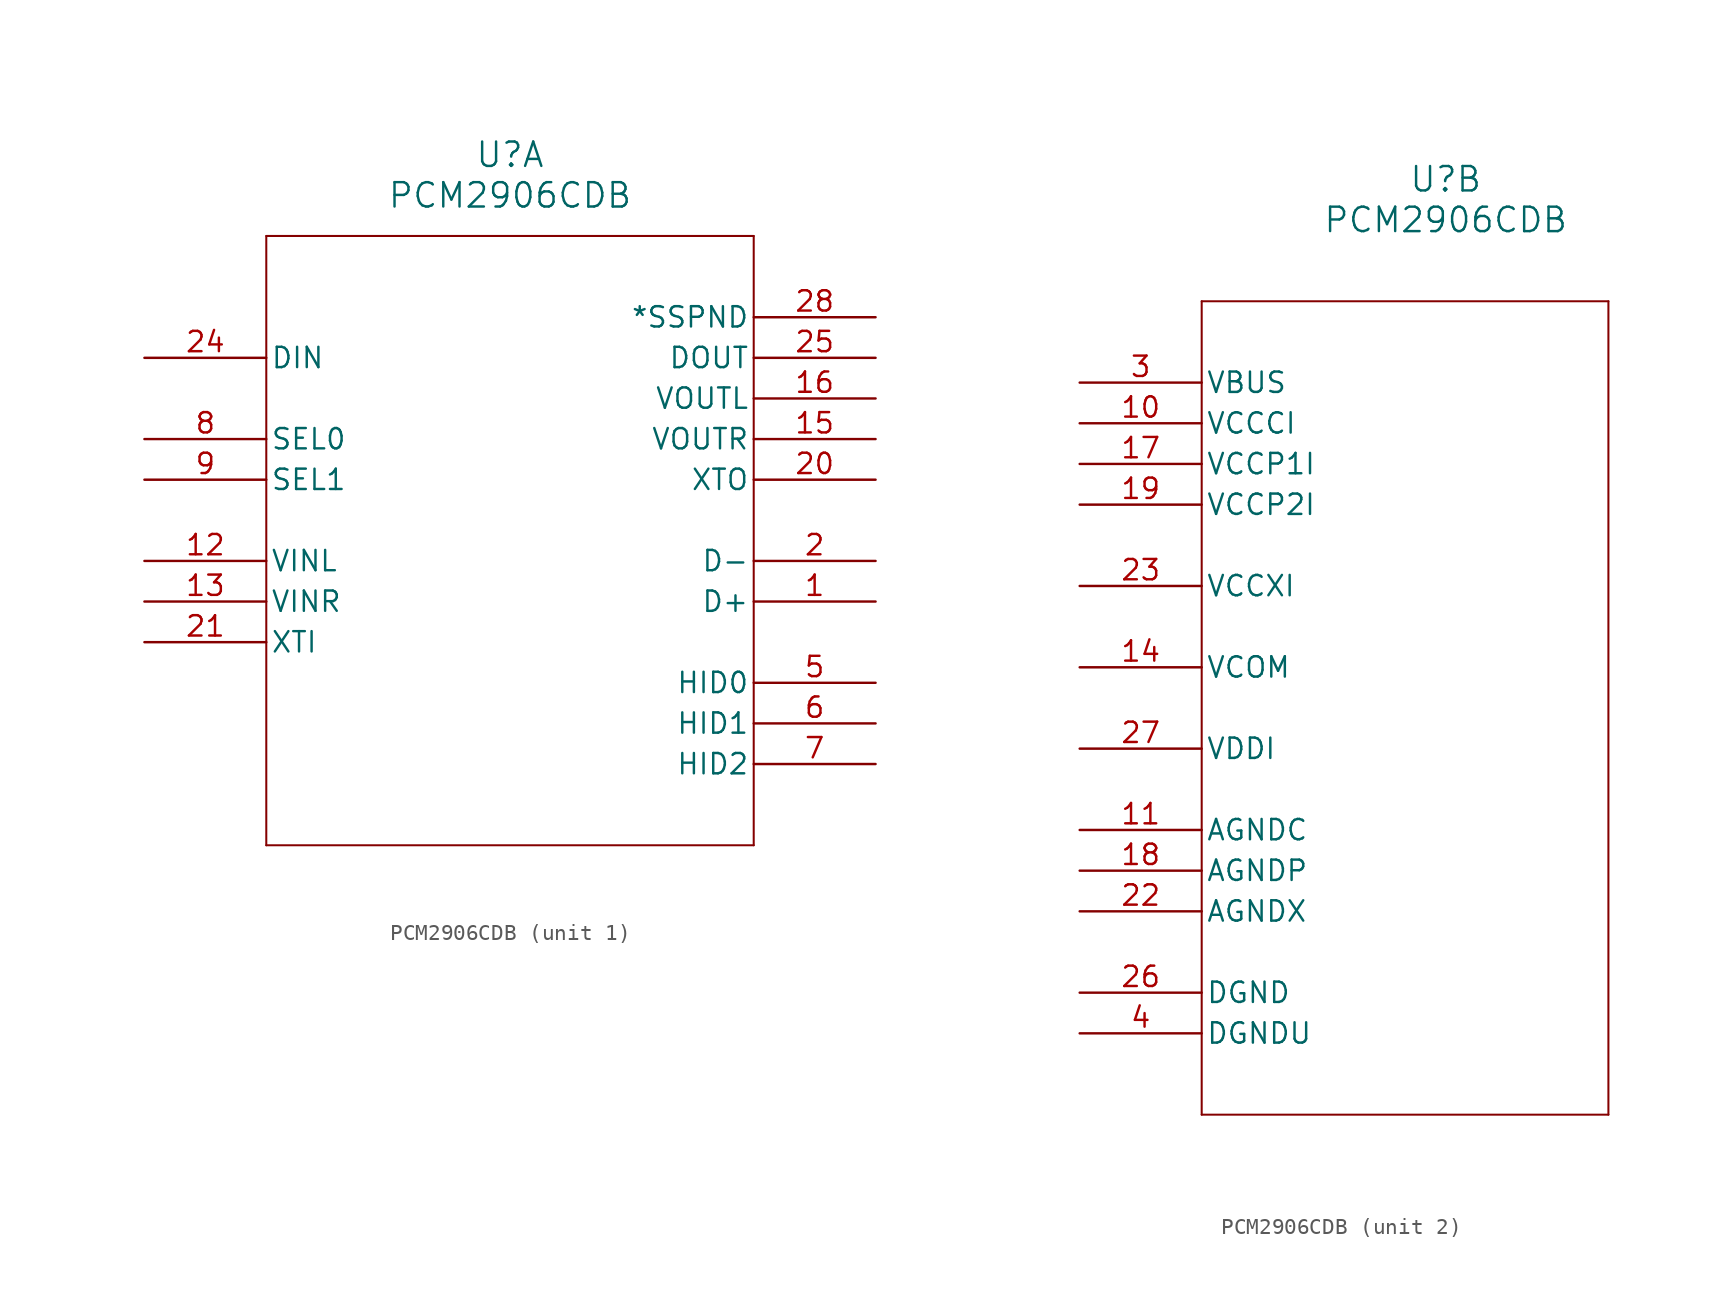
<source format=kicad_sym>
(kicad_symbol_lib
  (version 20211014)
  (generator kicad_symbol_editor)
  (symbol "PCM2906CDB"
    (pin_names
      (offset 0.254))
    (property "Reference" "U"
      (at 22.86 12.7 0)
      (effects (font (size 1.524 1.524))))
    (property "Value" "PCM2906CDB"
      (at 22.86 10.16 0)
      (effects (font (size 1.524 1.524))))
    (symbol "PCM2906CDB_1_1"
      (polyline (pts (xy 7.62 7.62) (xy 7.62 -30.48)) (stroke (width 0.127) (type default) (color 0 0 0 0)) (fill (type none)))
      (polyline (pts (xy 7.62 -30.48) (xy 38.1 -30.48)) (stroke (width 0.127) (type default) (color 0 0 0 0)) (fill (type none)))
      (polyline (pts (xy 38.1 -30.48) (xy 38.1 7.62)) (stroke (width 0.127) (type default) (color 0 0 0 0)) (fill (type none)))
      (polyline (pts (xy 38.1 7.62) (xy 7.62 7.62)) (stroke (width 0.127) (type default) (color 0 0 0 0)) (fill (type none)))
      (pin bidirectional line (at 45.72 -15.24 180) (length 7.62) (name "D+" (effects (font (size 1.27 1.27)))) (number "1" (effects (font (size 1.27 1.27)))))
      (pin bidirectional line (at 45.72 -12.7 180) (length 7.62) (name "D-" (effects (font (size 1.27 1.27)))) (number "2" (effects (font (size 1.27 1.27)))))
      (pin input line (at 45.72 -20.32 180) (length 7.62) (name "HID0" (effects (font (size 1.27 1.27)))) (number "5" (effects (font (size 1.27 1.27)))))
      (pin input line (at 45.72 -22.86 180) (length 7.62) (name "HID1" (effects (font (size 1.27 1.27)))) (number "6" (effects (font (size 1.27 1.27)))))
      (pin input line (at 45.72 -25.4 180) (length 7.62) (name "HID2" (effects (font (size 1.27 1.27)))) (number "7" (effects (font (size 1.27 1.27)))))
      (pin input line (at 0 -5.08 0) (length 7.62) (name "SEL0" (effects (font (size 1.27 1.27)))) (number "8" (effects (font (size 1.27 1.27)))))
      (pin input line (at 0 -7.62 0) (length 7.62) (name "SEL1" (effects (font (size 1.27 1.27)))) (number "9" (effects (font (size 1.27 1.27)))))
      (pin input line (at 0 -12.7 0) (length 7.62) (name "VINL" (effects (font (size 1.27 1.27)))) (number "12" (effects (font (size 1.27 1.27)))))
      (pin input line (at 0 -15.24 0) (length 7.62) (name "VINR" (effects (font (size 1.27 1.27)))) (number "13" (effects (font (size 1.27 1.27)))))
      (pin output line (at 45.72 -5.08 180) (length 7.62) (name "VOUTR" (effects (font (size 1.27 1.27)))) (number "15" (effects (font (size 1.27 1.27)))))
      (pin output line (at 45.72 -2.54 180) (length 7.62) (name "VOUTL" (effects (font (size 1.27 1.27)))) (number "16" (effects (font (size 1.27 1.27)))))
      (pin output line (at 45.72 -7.62 180) (length 7.62) (name "XTO" (effects (font (size 1.27 1.27)))) (number "20" (effects (font (size 1.27 1.27)))))
      (pin input line (at 0 -17.78 0) (length 7.62) (name "XTI" (effects (font (size 1.27 1.27)))) (number "21" (effects (font (size 1.27 1.27)))))
      (pin input line (at 0 0 0) (length 7.62) (name "DIN" (effects (font (size 1.27 1.27)))) (number "24" (effects (font (size 1.27 1.27)))))
      (pin output line (at 45.72 0 180) (length 7.62) (name "DOUT" (effects (font (size 1.27 1.27)))) (number "25" (effects (font (size 1.27 1.27)))))
      (pin output line (at 45.72 2.54 180) (length 7.62) (name "*SSPND" (effects (font (size 1.27 1.27)))) (number "28" (effects (font (size 1.27 1.27))))))
    (symbol "PCM2906CDB_2_1"
      (polyline (pts (xy 7.62 5.08) (xy 7.62 -45.72)) (stroke (width 0.127) (type default) (color 0 0 0 0)) (fill (type none)))
      (polyline (pts (xy 7.62 -45.72) (xy 33.02 -45.72)) (stroke (width 0.127) (type default) (color 0 0 0 0)) (fill (type none)))
      (polyline (pts (xy 33.02 -45.72) (xy 33.02 5.08)) (stroke (width 0.127) (type default) (color 0 0 0 0)) (fill (type none)))
      (polyline (pts (xy 33.02 5.08) (xy 7.62 5.08)) (stroke (width 0.127) (type default) (color 0 0 0 0)) (fill (type none)))
      (pin power_in line (at 0 0 0) (length 7.62) (name "VBUS" (effects (font (size 1.27 1.27)))) (number "3" (effects (font (size 1.27 1.27)))))
      (pin power_in line (at 0 -40.64 0) (length 7.62) (name "DGNDU" (effects (font (size 1.27 1.27)))) (number "4" (effects (font (size 1.27 1.27)))))
      (pin power_in line (at 0 -2.54 0) (length 7.62) (name "VCCCI" (effects (font (size 1.27 1.27)))) (number "10" (effects (font (size 1.27 1.27)))))
      (pin power_in line (at 0 -27.94 0) (length 7.62) (name "AGNDC" (effects (font (size 1.27 1.27)))) (number "11" (effects (font (size 1.27 1.27)))))
      (pin power_in line (at 0 -17.78 0) (length 7.62) (name "VCOM" (effects (font (size 1.27 1.27)))) (number "14" (effects (font (size 1.27 1.27)))))
      (pin power_in line (at 0 -5.08 0) (length 7.62) (name "VCCP1I" (effects (font (size 1.27 1.27)))) (number "17" (effects (font (size 1.27 1.27)))))
      (pin power_in line (at 0 -30.48 0) (length 7.62) (name "AGNDP" (effects (font (size 1.27 1.27)))) (number "18" (effects (font (size 1.27 1.27)))))
      (pin power_in line (at 0 -7.62 0) (length 7.62) (name "VCCP2I" (effects (font (size 1.27 1.27)))) (number "19" (effects (font (size 1.27 1.27)))))
      (pin power_in line (at 0 -33.02 0) (length 7.62) (name "AGNDX" (effects (font (size 1.27 1.27)))) (number "22" (effects (font (size 1.27 1.27)))))
      (pin power_in line (at 0 -12.7 0) (length 7.62) (name "VCCXI" (effects (font (size 1.27 1.27)))) (number "23" (effects (font (size 1.27 1.27)))))
      (pin power_in line (at 0 -38.1 0) (length 7.62) (name "DGND" (effects (font (size 1.27 1.27)))) (number "26" (effects (font (size 1.27 1.27)))))
      (pin power_in line (at 0 -22.86 0) (length 7.62) (name "VDDI" (effects (font (size 1.27 1.27)))) (number "27" (effects (font (size 1.27 1.27))))))))
</source>
